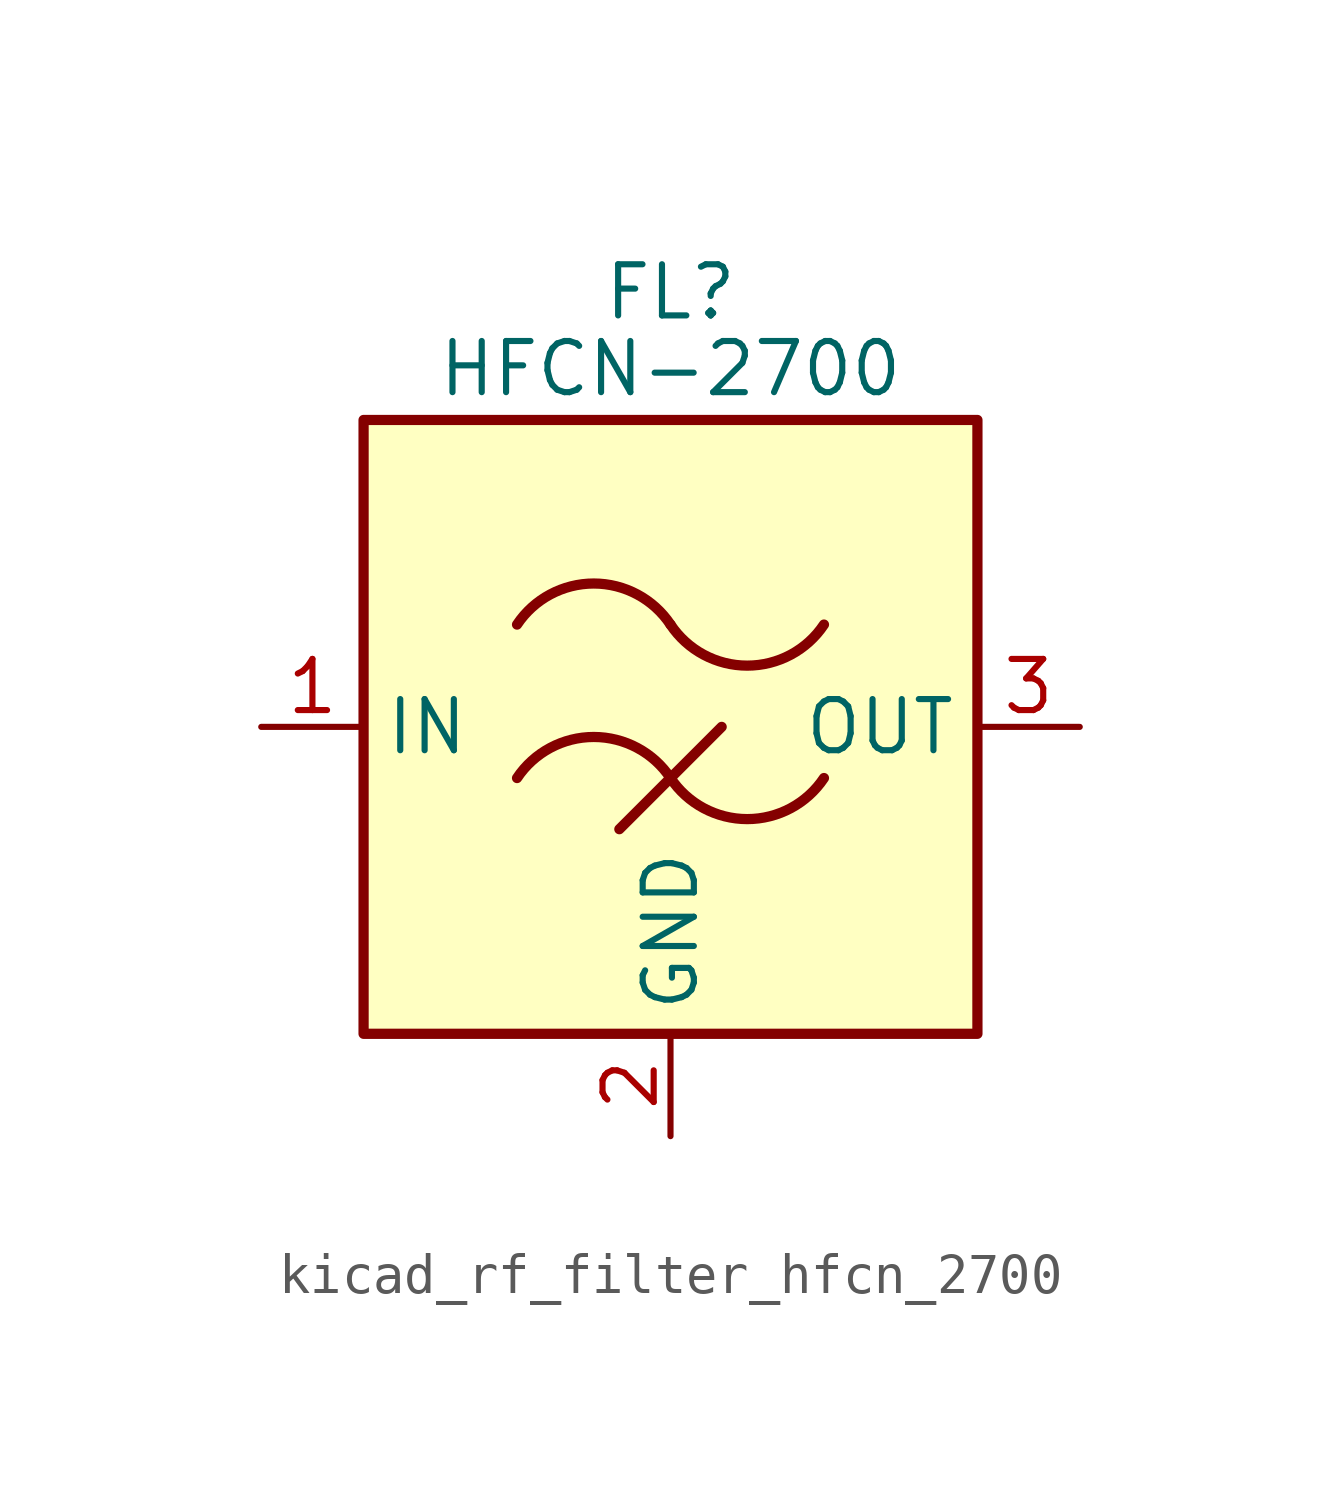
<source format=kicad_sym>
(kicad_symbol_lib
  (version 20220914)
  (generator kicad_symbol_editor)
  (symbol "kicad_rf_filter_hfcn_2700"
    (property "Reference" "FL"
      (at 0 10.795 0)
      (effects (font (size 1.27 1.27))))
    (property "Value" "HFCN-2700"
      (at 0 8.89 0)
      (effects (font (size 1.27 1.27))))
    (symbol "kicad_rf_filter_hfcn_2700_0_1"
      (rectangle (start -7.62 7.62) (end 7.62 -7.62) (stroke (width 0.254) (type default)) (fill (type background)))
      (arc (start 0 -1.27) (mid -1.905 -0.2505) (end -3.81 -1.27) (stroke (width 0.254) (type default)) (fill (type none)))
      (arc (start 0 -1.27) (mid 1.905 -2.2895) (end 3.81 -1.27) (stroke (width 0.254) (type default)) (fill (type none)))
      (polyline (pts (xy -1.27 -2.54) (xy 1.27 0)) (stroke (width 0.254) (type default)) (fill (type none)))
      (arc (start 0 2.54) (mid -1.905 3.5595) (end -3.81 2.54) (stroke (width 0.254) (type default)) (fill (type none)))
      (arc (start 0 2.54) (mid 1.905 1.5205) (end 3.81 2.54) (stroke (width 0.254) (type default)) (fill (type none))))
    (symbol "kicad_rf_filter_hfcn_2700_1_1"
      (pin passive line (at -10.16 0 0) (length 2.54) (name "IN" (effects (font (size 1.27 1.27)))) (number "1" (effects (font (size 1.27 1.27)))))
      (pin passive line (at 0 -10.16 90) (length 2.54) (name "GND" (effects (font (size 1.27 1.27)))) (number "2" (effects (font (size 1.27 1.27)))))
      (pin passive line (at 10.16 0 180) (length 2.54) (name "OUT" (effects (font (size 1.27 1.27)))) (number "3" (effects (font (size 1.27 1.27)))))
      (pin passive line (at 0 -10.16 90) (length 2.54) hide (name "GND" (effects (font (size 1.27 1.27)))) (number "4" (effects (font (size 1.27 1.27))))))))
</source>
